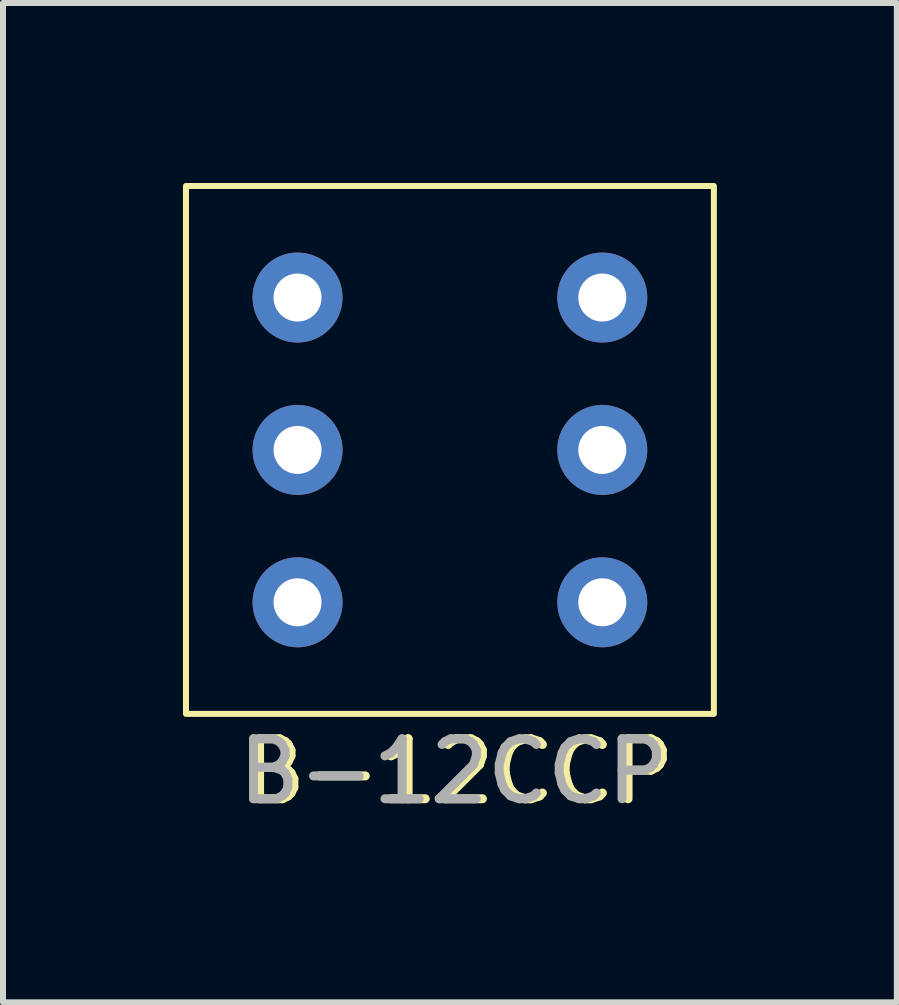
<source format=kicad_pcb>
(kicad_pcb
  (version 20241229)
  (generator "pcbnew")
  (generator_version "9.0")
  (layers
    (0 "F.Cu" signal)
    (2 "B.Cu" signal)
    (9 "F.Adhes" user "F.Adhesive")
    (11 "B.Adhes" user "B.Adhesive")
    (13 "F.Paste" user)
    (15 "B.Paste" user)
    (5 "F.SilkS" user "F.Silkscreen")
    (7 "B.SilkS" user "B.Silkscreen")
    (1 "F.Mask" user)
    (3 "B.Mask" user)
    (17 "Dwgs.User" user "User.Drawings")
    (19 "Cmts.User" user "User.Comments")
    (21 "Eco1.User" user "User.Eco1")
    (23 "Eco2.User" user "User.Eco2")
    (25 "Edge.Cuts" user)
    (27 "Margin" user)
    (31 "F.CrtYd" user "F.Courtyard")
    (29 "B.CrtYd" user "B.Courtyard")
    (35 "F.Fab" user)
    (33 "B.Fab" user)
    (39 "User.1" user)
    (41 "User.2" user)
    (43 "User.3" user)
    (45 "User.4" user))
  (footprint "B-12CCP"
    (layer "F.Cu")
    (at 1.91 1.91)
    (property "Reference" "B-12CCP" (at 2.7 7.9 0) (unlocked yes) (layer "F.SilkS") (effects (font (size 1 1) (thickness 0.15))))
    (attr through_hole)
    (fp_rect (start -1.86 -1.86) (end 6.94 6.94) (stroke (width 0.1) (type default)) (fill no) (layer "F.SilkS"))
    (fp_text user "${REFERENCE}" (at 2.6 7.9 0) (unlocked yes) (layer "F.Fab") (effects (font (size 1 1) (thickness 0.15))))
    (pad "1" thru_hole circle (at 5.08 0) (size 1.5 1.5) (drill 0.8) (layers "*.Cu" "*.Mask"))
    (pad "2" thru_hole circle (at 5.08 2.54) (size 1.5 1.5) (drill 0.8) (layers "*.Cu" "*.Mask"))
    (pad "3" thru_hole circle (at 5.08 5.08) (size 1.5 1.5) (drill 0.8) (layers "*.Cu" "*.Mask"))
    (pad "4" thru_hole circle (at 0 0) (size 1.5 1.5) (drill 0.8) (layers "*.Cu" "*.Mask"))
    (pad "5" thru_hole circle (at 0 2.54) (size 1.5 1.5) (drill 0.8) (layers "*.Cu" "*.Mask"))
    (pad "6" thru_hole circle (at 0 5.08) (size 1.5 1.5) (drill 0.8) (layers "*.Cu" "*.Mask")))
  (gr_rect
    (start -3 -3)
    (end 11.9 13.658)
    (stroke (width 0.1) (type default))
    (fill no)
    (layer "Edge.Cuts")))
</source>
